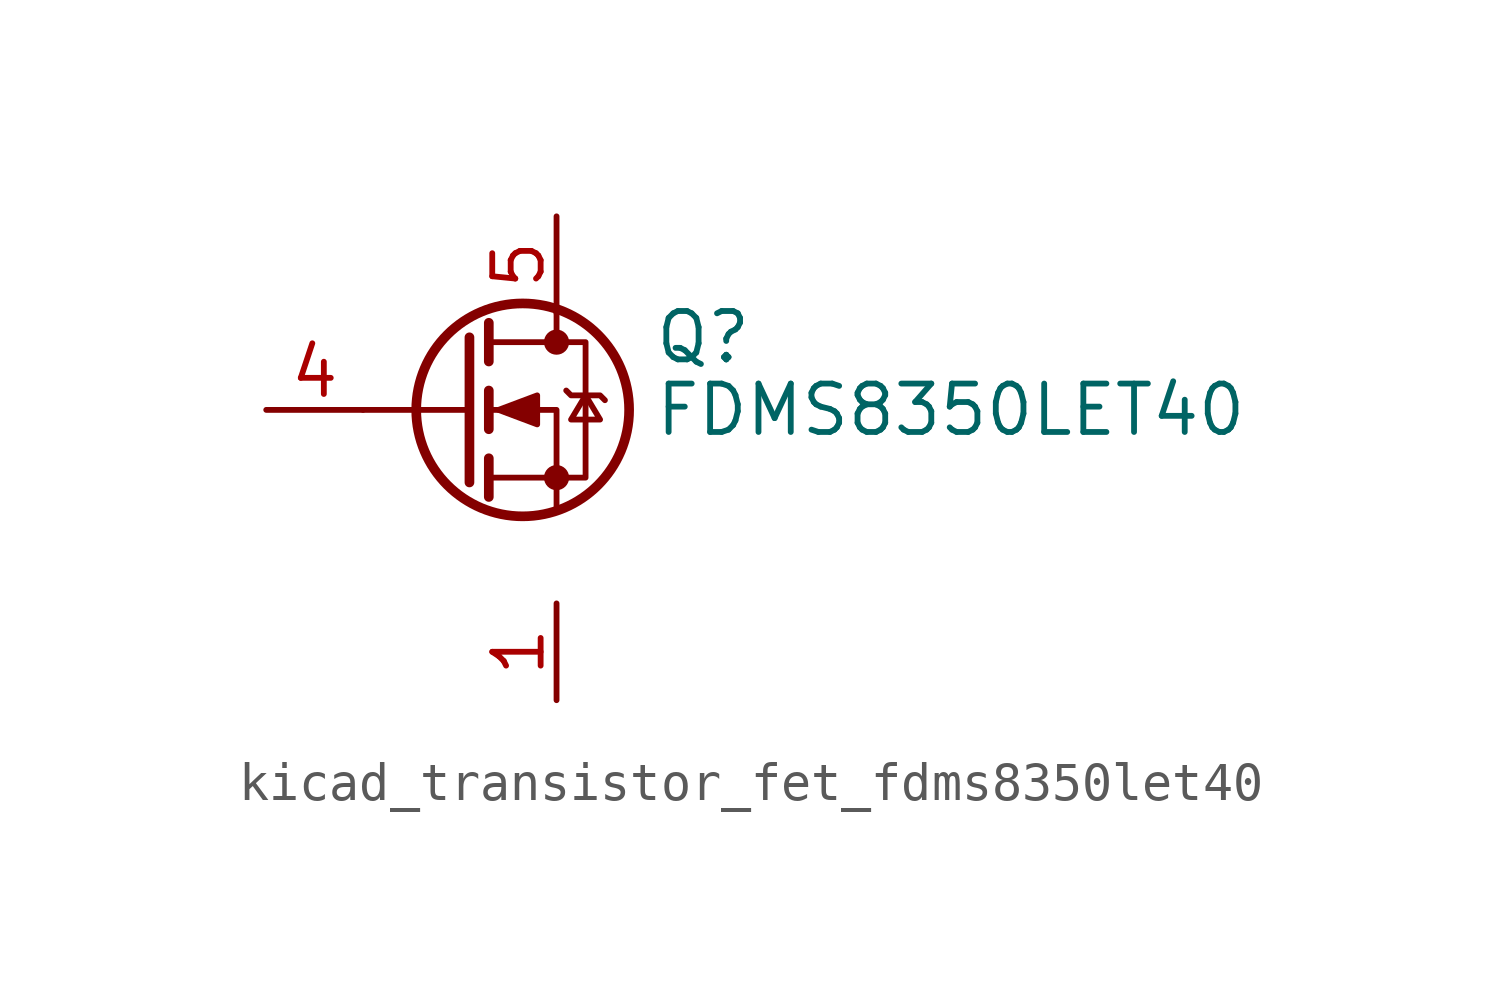
<source format=kicad_sym>
(kicad_symbol_lib
  (version 20220914)
  (generator kicad_symbol_editor)
  (symbol "kicad_transistor_fet_fdms8350let40"
    (pin_names hide)
    (property "Reference" "Q"
      (at 5.08 1.905 0)
      (effects (font (size 1.27 1.27)) (justify left)))
    (property "Value" "FDMS8350LET40"
      (at 5.08 0 0)
      (effects (font (size 1.27 1.27)) (justify left)))
    (symbol "kicad_transistor_fet_fdms8350let40_0_1"
      (polyline (pts (xy 0.254 0) (xy -2.54 0)) (stroke (width 0) (type default)) (fill (type none)))
      (polyline (pts (xy 0.254 1.905) (xy 0.254 -1.905)) (stroke (width 0.254) (type default)) (fill (type none)))
      (polyline (pts (xy 0.762 -1.27) (xy 0.762 -2.286)) (stroke (width 0.254) (type default)) (fill (type none)))
      (polyline (pts (xy 0.762 0.508) (xy 0.762 -0.508)) (stroke (width 0.254) (type default)) (fill (type none)))
      (polyline (pts (xy 0.762 2.286) (xy 0.762 1.27)) (stroke (width 0.254) (type default)) (fill (type none)))
      (polyline (pts (xy 2.54 2.54) (xy 2.54 1.778)) (stroke (width 0) (type default)) (fill (type none)))
      (polyline (pts (xy 2.54 -2.54) (xy 2.54 0) (xy 0.762 0)) (stroke (width 0) (type default)) (fill (type none)))
      (polyline (pts (xy 0.762 -1.778) (xy 3.302 -1.778) (xy 3.302 1.778) (xy 0.762 1.778)) (stroke (width 0) (type default)) (fill (type none)))
      (polyline (pts (xy 1.016 0) (xy 2.032 0.381) (xy 2.032 -0.381) (xy 1.016 0)) (stroke (width 0) (type default)) (fill (type outline)))
      (polyline (pts (xy 2.794 0.508) (xy 2.921 0.381) (xy 3.683 0.381) (xy 3.81 0.254)) (stroke (width 0) (type default)) (fill (type none)))
      (polyline (pts (xy 3.302 0.381) (xy 2.921 -0.254) (xy 3.683 -0.254) (xy 3.302 0.381)) (stroke (width 0) (type default)) (fill (type none)))
      (circle (center 1.651 0) (radius 2.794) (stroke (width 0.254) (type default)) (fill (type none)))
      (circle (center 2.54 -1.778) (radius 0.254) (stroke (width 0) (type default)) (fill (type outline)))
      (circle (center 2.54 1.778) (radius 0.254) (stroke (width 0) (type default)) (fill (type outline))))
    (symbol "kicad_transistor_fet_fdms8350let40_1_1"
      (pin passive line (at 2.54 -5.08 270) (length 2.54) (name "S" (effects (font (size 1.27 1.27)))) (number "1" (effects (font (size 1.27 1.27)))))
      (pin passive line (at 2.54 -5.08 270) (length 2.54) hide (name "S" (effects (font (size 1.27 1.27)))) (number "2" (effects (font (size 1.27 1.27)))))
      (pin passive line (at 2.54 -5.08 90) (length 2.54) hide (name "S" (effects (font (size 1.27 1.27)))) (number "3" (effects (font (size 1.27 1.27)))))
      (pin passive line (at -5.08 0 0) (length 2.54) (name "G" (effects (font (size 1.27 1.27)))) (number "4" (effects (font (size 1.27 1.27)))))
      (pin passive line (at 2.54 5.08 270) (length 2.54) (name "D" (effects (font (size 1.27 1.27)))) (number "5" (effects (font (size 1.27 1.27))))))))
</source>
